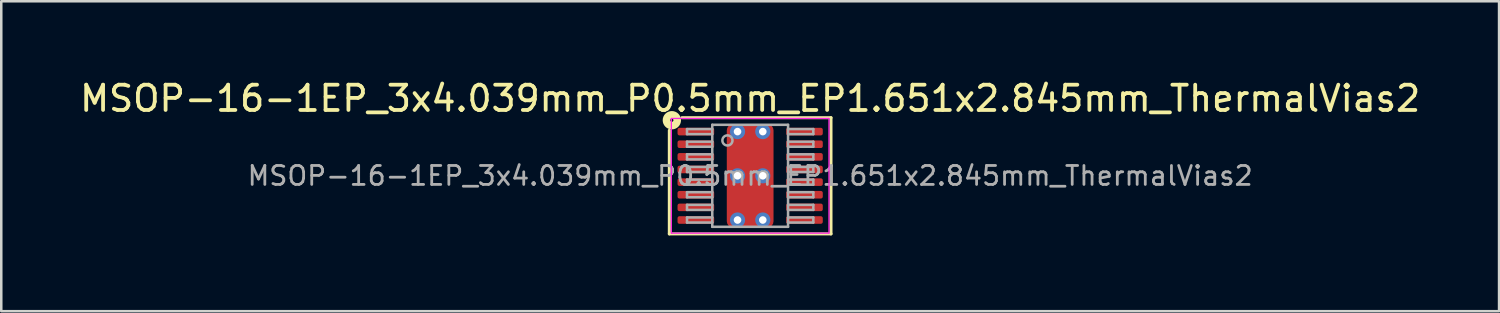
<source format=kicad_pcb>
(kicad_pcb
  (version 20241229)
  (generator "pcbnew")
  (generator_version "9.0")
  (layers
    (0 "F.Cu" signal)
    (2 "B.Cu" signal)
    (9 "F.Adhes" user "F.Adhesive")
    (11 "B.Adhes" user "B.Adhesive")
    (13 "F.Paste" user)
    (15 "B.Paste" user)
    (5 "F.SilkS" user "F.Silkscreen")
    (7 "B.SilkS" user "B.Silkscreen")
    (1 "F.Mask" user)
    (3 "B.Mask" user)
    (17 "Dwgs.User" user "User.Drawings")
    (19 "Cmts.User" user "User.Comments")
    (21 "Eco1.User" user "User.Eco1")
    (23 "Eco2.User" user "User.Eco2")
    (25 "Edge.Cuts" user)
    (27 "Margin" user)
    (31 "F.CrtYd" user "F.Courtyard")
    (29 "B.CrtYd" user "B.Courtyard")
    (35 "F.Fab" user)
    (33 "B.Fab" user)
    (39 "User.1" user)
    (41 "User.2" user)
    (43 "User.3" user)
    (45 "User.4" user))
  (footprint "MSOP-16-1EP_3x4.039mm_P0.5mm_EP1.651x2.845mm_ThermalVias2"
    (layer "F.Cu")
    (at 26.649 3.91)
    (property "Reference" "MSOP-16-1EP_3x4.039mm_P0.5mm_EP1.651x2.845mm_ThermalVias2" (at 0 -3.062 0) (layer "F.SilkS") (effects (font (size 1 1) (thickness 0.15))))
    (attr smd)
    (fp_line (start -3.2 2.3) (end -3.2 -1.8) (stroke (width 0.12) (type solid)) (layer "F.SilkS"))
    (fp_line (start -2.7 -2.3) (end 3.2 -2.3) (stroke (width 0.12) (type solid)) (layer "F.SilkS"))
    (fp_line (start 3.2 -2.3) (end 3.2 2.3) (stroke (width 0.12) (type solid)) (layer "F.SilkS"))
    (fp_line (start 3.2 2.3) (end -3.2 2.3) (stroke (width 0.12) (type solid)) (layer "F.SilkS"))
    (fp_circle (center -3.1 -2.2) (end -3.037 -2.2) (stroke (width 0.3) (type solid)) (fill no) (layer "F.SilkS"))
    (fp_line (start -3.12 -2.27) (end -3.12 2.27) (stroke (width 0.05) (type solid)) (layer "F.CrtYd"))
    (fp_line (start -3.12 2.27) (end 3.12 2.27) (stroke (width 0.05) (type solid)) (layer "F.CrtYd"))
    (fp_line (start 3.12 -2.27) (end -3.12 -2.27) (stroke (width 0.05) (type solid)) (layer "F.CrtYd"))
    (fp_line (start 3.12 2.27) (end 3.12 -2.27) (stroke (width 0.05) (type solid)) (layer "F.CrtYd"))
    (fp_line (start -2.5 -1.85) (end -2.5 -1.65) (stroke (width 0.1) (type solid)) (layer "F.Fab"))
    (fp_line (start -2.5 -1.85) (end -1.5 -1.85) (stroke (width 0.1) (type solid)) (layer "F.Fab"))
    (fp_line (start -2.5 -1.65) (end -1.5 -1.65) (stroke (width 0.1) (type solid)) (layer "F.Fab"))
    (fp_line (start -2.5 -1.35) (end -2.5 -1.15) (stroke (width 0.1) (type solid)) (layer "F.Fab"))
    (fp_line (start -2.5 -1.35) (end -1.5 -1.35) (stroke (width 0.1) (type solid)) (layer "F.Fab"))
    (fp_line (start -2.5 -1.15) (end -1.5 -1.15) (stroke (width 0.1) (type solid)) (layer "F.Fab"))
    (fp_line (start -2.5 -0.85) (end -2.5 -0.65) (stroke (width 0.1) (type solid)) (layer "F.Fab"))
    (fp_line (start -2.5 -0.85) (end -1.5 -0.85) (stroke (width 0.1) (type solid)) (layer "F.Fab"))
    (fp_line (start -2.5 -0.65) (end -1.5 -0.65) (stroke (width 0.1) (type solid)) (layer "F.Fab"))
    (fp_line (start -2.5 -0.35) (end -2.5 -0.15) (stroke (width 0.1) (type solid)) (layer "F.Fab"))
    (fp_line (start -2.5 -0.35) (end -1.5 -0.35) (stroke (width 0.1) (type solid)) (layer "F.Fab"))
    (fp_line (start -2.5 -0.15) (end -1.5 -0.15) (stroke (width 0.1) (type solid)) (layer "F.Fab"))
    (fp_line (start -2.5 0.15) (end -2.5 0.35) (stroke (width 0.1) (type solid)) (layer "F.Fab"))
    (fp_line (start -2.5 0.15) (end -1.5 0.15) (stroke (width 0.1) (type solid)) (layer "F.Fab"))
    (fp_line (start -2.5 0.35) (end -1.5 0.35) (stroke (width 0.1) (type solid)) (layer "F.Fab"))
    (fp_line (start -2.5 0.65) (end -2.5 0.85) (stroke (width 0.1) (type solid)) (layer "F.Fab"))
    (fp_line (start -2.5 0.65) (end -1.5 0.65) (stroke (width 0.1) (type solid)) (layer "F.Fab"))
    (fp_line (start -2.5 0.85) (end -1.5 0.85) (stroke (width 0.1) (type solid)) (layer "F.Fab"))
    (fp_line (start -2.5 1.15) (end -2.5 1.35) (stroke (width 0.1) (type solid)) (layer "F.Fab"))
    (fp_line (start -2.5 1.15) (end -1.5 1.15) (stroke (width 0.1) (type solid)) (layer "F.Fab"))
    (fp_line (start -2.5 1.35) (end -1.5 1.35) (stroke (width 0.1) (type solid)) (layer "F.Fab"))
    (fp_line (start -2.5 1.65) (end -2.5 1.85) (stroke (width 0.1) (type solid)) (layer "F.Fab"))
    (fp_line (start -2.5 1.65) (end -1.5 1.65) (stroke (width 0.1) (type solid)) (layer "F.Fab"))
    (fp_line (start -2.5 1.85) (end -1.5 1.85) (stroke (width 0.1) (type solid)) (layer "F.Fab"))
    (fp_line (start -1.5 -2.019) (end 1.5 -2.019) (stroke (width 0.1) (type solid)) (layer "F.Fab"))
    (fp_line (start -1.5 2.019) (end -1.5 -2.019) (stroke (width 0.1) (type solid)) (layer "F.Fab"))
    (fp_line (start 1.5 -2.019) (end 1.5 2.019) (stroke (width 0.1) (type solid)) (layer "F.Fab"))
    (fp_line (start 1.5 2.019) (end -1.5 2.019) (stroke (width 0.1) (type solid)) (layer "F.Fab"))
    (fp_line (start 2.5 -1.85) (end 1.5 -1.85) (stroke (width 0.1) (type solid)) (layer "F.Fab"))
    (fp_line (start 2.5 -1.65) (end 1.5 -1.65) (stroke (width 0.1) (type solid)) (layer "F.Fab"))
    (fp_line (start 2.5 -1.65) (end 2.5 -1.85) (stroke (width 0.1) (type solid)) (layer "F.Fab"))
    (fp_line (start 2.5 -1.35) (end 1.5 -1.35) (stroke (width 0.1) (type solid)) (layer "F.Fab"))
    (fp_line (start 2.5 -1.15) (end 1.5 -1.15) (stroke (width 0.1) (type solid)) (layer "F.Fab"))
    (fp_line (start 2.5 -1.15) (end 2.5 -1.35) (stroke (width 0.1) (type solid)) (layer "F.Fab"))
    (fp_line (start 2.5 -0.85) (end 1.5 -0.85) (stroke (width 0.1) (type solid)) (layer "F.Fab"))
    (fp_line (start 2.5 -0.65) (end 1.5 -0.65) (stroke (width 0.1) (type solid)) (layer "F.Fab"))
    (fp_line (start 2.5 -0.65) (end 2.5 -0.85) (stroke (width 0.1) (type solid)) (layer "F.Fab"))
    (fp_line (start 2.5 -0.35) (end 1.5 -0.35) (stroke (width 0.1) (type solid)) (layer "F.Fab"))
    (fp_line (start 2.5 -0.15) (end 1.5 -0.15) (stroke (width 0.1) (type solid)) (layer "F.Fab"))
    (fp_line (start 2.5 -0.15) (end 2.5 -0.35) (stroke (width 0.1) (type solid)) (layer "F.Fab"))
    (fp_line (start 2.5 0.15) (end 1.5 0.15) (stroke (width 0.1) (type solid)) (layer "F.Fab"))
    (fp_line (start 2.5 0.35) (end 1.5 0.35) (stroke (width 0.1) (type solid)) (layer "F.Fab"))
    (fp_line (start 2.5 0.35) (end 2.5 0.15) (stroke (width 0.1) (type solid)) (layer "F.Fab"))
    (fp_line (start 2.5 0.65) (end 1.5 0.65) (stroke (width 0.1) (type solid)) (layer "F.Fab"))
    (fp_line (start 2.5 0.85) (end 1.5 0.85) (stroke (width 0.1) (type solid)) (layer "F.Fab"))
    (fp_line (start 2.5 0.85) (end 2.5 0.65) (stroke (width 0.1) (type solid)) (layer "F.Fab"))
    (fp_line (start 2.5 1.15) (end 1.5 1.15) (stroke (width 0.1) (type solid)) (layer "F.Fab"))
    (fp_line (start 2.5 1.35) (end 1.5 1.35) (stroke (width 0.1) (type solid)) (layer "F.Fab"))
    (fp_line (start 2.5 1.35) (end 2.5 1.15) (stroke (width 0.1) (type solid)) (layer "F.Fab"))
    (fp_line (start 2.5 1.65) (end 1.5 1.65) (stroke (width 0.1) (type solid)) (layer "F.Fab"))
    (fp_line (start 2.5 1.85) (end 1.5 1.85) (stroke (width 0.1) (type solid)) (layer "F.Fab"))
    (fp_line (start 2.5 1.85) (end 2.5 1.65) (stroke (width 0.1) (type solid)) (layer "F.Fab"))
    (fp_circle (center -0.9 -1.4) (end -0.7 -1.4) (stroke (width 0.1) (type solid)) (fill no) (layer "F.Fab"))
    (fp_text user "${REFERENCE}" (at 0 0 0) (layer "F.Fab") (effects (font (size 0.75 0.75) (thickness 0.11))))
    (pad "" smd roundrect (at -0.385 -0.85) (size 0.63 0.8) (layers "F.Paste") (roundrect_rratio 0.25))
    (pad "" smd roundrect (at -0.385 0.85) (size 0.63 0.8) (layers "F.Paste") (roundrect_rratio 0.25))
    (pad "" smd roundrect (at 0.00025 -0.861) (size 1.651 1.123) (layers "F.Mask") (roundrect_rratio 0.223))
    (pad "" smd roundrect (at 0.00025 0.861) (size 1.651 1.123) (layers "F.Mask") (roundrect_rratio 0.223))
    (pad "" smd roundrect (at 0.385 -0.85) (size 0.63 0.8) (layers "F.Paste") (roundrect_rratio 0.25))
    (pad "" smd roundrect (at 0.385 0.85) (size 0.63 0.8) (layers "F.Paste") (roundrect_rratio 0.25))
    (pad "1" smd roundrect (at -2.15 -1.75) (size 1.45 0.3) (layers "F.Cu" "F.Mask" "F.Paste") (roundrect_rratio 0.25))
    (pad "2" smd roundrect (at -2.15 -1.25) (size 1.45 0.3) (layers "F.Cu" "F.Mask" "F.Paste") (roundrect_rratio 0.25))
    (pad "3" smd roundrect (at -2.15 -0.75) (size 1.45 0.3) (layers "F.Cu" "F.Mask" "F.Paste") (roundrect_rratio 0.25))
    (pad "4" smd roundrect (at -2.15 -0.25) (size 1.45 0.3) (layers "F.Cu" "F.Mask" "F.Paste") (roundrect_rratio 0.25))
    (pad "5" smd roundrect (at -2.15 0.25) (size 1.45 0.3) (layers "F.Cu" "F.Mask" "F.Paste") (roundrect_rratio 0.25))
    (pad "6" smd roundrect (at -2.15 0.75) (size 1.45 0.3) (layers "F.Cu" "F.Mask" "F.Paste") (roundrect_rratio 0.25))
    (pad "7" smd roundrect (at -2.15 1.25) (size 1.45 0.3) (layers "F.Cu" "F.Mask" "F.Paste") (roundrect_rratio 0.25))
    (pad "8" smd roundrect (at -2.15 1.75) (size 1.45 0.3) (layers "F.Cu" "F.Mask" "F.Paste") (roundrect_rratio 0.25))
    (pad "9" smd roundrect (at 2.15 1.75) (size 1.45 0.3) (layers "F.Cu" "F.Mask" "F.Paste") (roundrect_rratio 0.25))
    (pad "10" smd roundrect (at 2.15 1.25) (size 1.45 0.3) (layers "F.Cu" "F.Mask" "F.Paste") (roundrect_rratio 0.25))
    (pad "11" smd roundrect (at 2.15 0.75) (size 1.45 0.3) (layers "F.Cu" "F.Mask" "F.Paste") (roundrect_rratio 0.25))
    (pad "12" smd roundrect (at 2.15 0.25) (size 1.45 0.3) (layers "F.Cu" "F.Mask" "F.Paste") (roundrect_rratio 0.25))
    (pad "13" smd roundrect (at 2.15 -0.25) (size 1.45 0.3) (layers "F.Cu" "F.Mask" "F.Paste") (roundrect_rratio 0.25))
    (pad "14" smd roundrect (at 2.15 -0.75) (size 1.45 0.3) (layers "F.Cu" "F.Mask" "F.Paste") (roundrect_rratio 0.25))
    (pad "15" smd roundrect (at 2.15 -1.25) (size 1.45 0.3) (layers "F.Cu" "F.Mask" "F.Paste") (roundrect_rratio 0.25))
    (pad "16" smd roundrect (at 2.15 -1.75) (size 1.45 0.3) (layers "F.Cu" "F.Mask" "F.Paste") (roundrect_rratio 0.25))
    (pad "17" thru_hole circle (at -0.5 -1.75) (size 0.6 0.6) (drill 0.3) (property pad_prop_heatsink) (layers "*.Cu" "*.Mask"))
    (pad "17" thru_hole circle (at -0.5 0) (size 0.6 0.6) (drill 0.3) (property pad_prop_heatsink) (layers "*.Cu" "*.Mask"))
    (pad "17" thru_hole circle (at -0.5 1.75) (size 0.6 0.6) (drill 0.3) (property pad_prop_heatsink) (layers "*.Cu" "*.Mask"))
    (pad "17" smd roundrect (at 0 0) (size 1.85 4.1) (layers "F.Cu") (roundrect_rratio 0.135))
    (pad "17" thru_hole circle (at 0.5 -1.75) (size 0.6 0.6) (drill 0.3) (property pad_prop_heatsink) (layers "*.Cu" "*.Mask"))
    (pad "17" thru_hole circle (at 0.5 0) (size 0.6 0.6) (drill 0.3) (property pad_prop_heatsink) (layers "*.Cu" "*.Mask"))
    (pad "17" thru_hole circle (at 0.5 1.75) (size 0.6 0.6) (drill 0.3) (property pad_prop_heatsink) (layers "*.Cu" "*.Mask")))
  (gr_rect
    (start -3 -3)
    (end 56.298 9.27)
    (stroke (width 0.1) (type default))
    (fill no)
    (layer "Edge.Cuts")))
</source>
